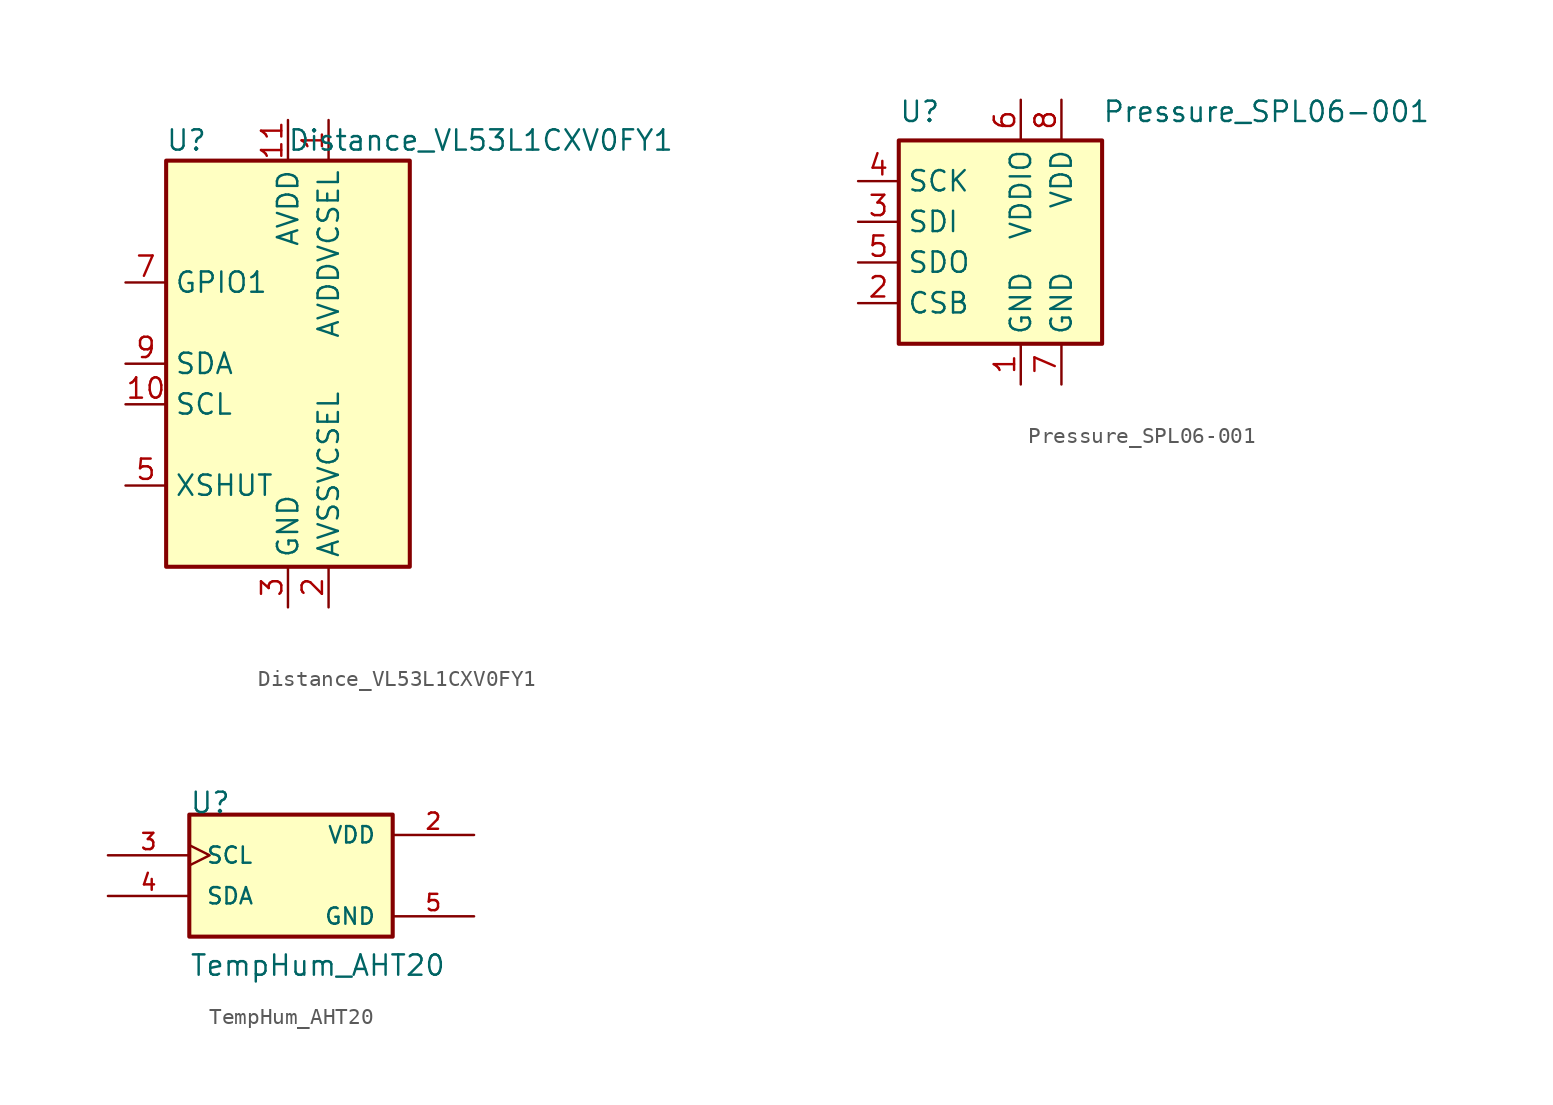
<source format=kicad_sym>
(kicad_symbol_lib
  (version 20211014)
  (generator kicad_symbol_editor)
  (symbol "Distance_VL53L1CXV0FY1"
    (property "Reference" "U"
      (at -6.35 13.97 0)
      (effects (font (size 1.27 1.27))))
    (property "Value" "Distance_VL53L1CXV0FY1"
      (at 12.065 13.97 0)
      (effects (font (size 1.27 1.27))))
    (symbol "Distance_VL53L1CXV0FY1_0_1"
      (rectangle (start -7.62 12.7) (end 7.62 -12.7) (stroke (width 0.254) (type default) (color 0 0 0 0)) (fill (type background))))
    (symbol "Distance_VL53L1CXV0FY1_1_1"
      (pin power_in line (at 2.54 15.24 270) (length 2.54) (name "AVDDVCSEL" (effects (font (size 1.27 1.27)))) (number "1" (effects (font (size 1.27 1.27)))))
      (pin input line (at -10.16 -2.54 0) (length 2.54) (name "SCL" (effects (font (size 1.27 1.27)))) (number "10" (effects (font (size 1.27 1.27)))))
      (pin power_in line (at 0 15.24 270) (length 2.54) (name "AVDD" (effects (font (size 1.27 1.27)))) (number "11" (effects (font (size 1.27 1.27)))))
      (pin passive line (at 0 -15.24 90) (length 2.54) hide (name "GND" (effects (font (size 1.27 1.27)))) (number "12" (effects (font (size 1.27 1.27)))))
      (pin power_in line (at 2.54 -15.24 90) (length 2.54) (name "AVSSVCSEL" (effects (font (size 1.27 1.27)))) (number "2" (effects (font (size 1.27 1.27)))))
      (pin power_in line (at 0 -15.24 90) (length 2.54) (name "GND" (effects (font (size 1.27 1.27)))) (number "3" (effects (font (size 1.27 1.27)))))
      (pin passive line (at 0 -15.24 90) (length 2.54) hide (name "GND" (effects (font (size 1.27 1.27)))) (number "4" (effects (font (size 1.27 1.27)))))
      (pin input line (at -10.16 -7.62 0) (length 2.54) (name "XSHUT" (effects (font (size 1.27 1.27)))) (number "5" (effects (font (size 1.27 1.27)))))
      (pin passive line (at 0 -15.24 90) (length 2.54) hide (name "GND" (effects (font (size 1.27 1.27)))) (number "6" (effects (font (size 1.27 1.27)))))
      (pin open_collector line (at -10.16 5.08 0) (length 2.54) (name "GPIO1" (effects (font (size 1.27 1.27)))) (number "7" (effects (font (size 1.27 1.27)))))
      (pin no_connect line (at -7.62 7.62 0) (length 2.54) hide (name "DNC" (effects (font (size 1.27 1.27)))) (number "8" (effects (font (size 1.27 1.27)))))
      (pin bidirectional line (at -10.16 0 0) (length 2.54) (name "SDA" (effects (font (size 1.27 1.27)))) (number "9" (effects (font (size 1.27 1.27)))))))
  (symbol "Pressure_SPL06-001"
    (property "Reference" "U"
      (at -7.62 10.16 0)
      (effects (font (size 1.27 1.27)) (justify left top)))
    (property "Value" "Pressure_SPL06-001"
      (at 5.08 10.16 0)
      (effects (font (size 1.27 1.27)) (justify left top)))
    (symbol "Pressure_SPL06-001_0_1"
      (rectangle (start -7.62 -5.08) (end 5.08 7.62) (stroke (width 0.254) (type default) (color 0 0 0 0)) (fill (type background))))
    (symbol "Pressure_SPL06-001_1_1"
      (pin power_in line (at 0 -7.62 90) (length 2.54) (name "GND" (effects (font (size 1.27 1.27)))) (number "1" (effects (font (size 1.27 1.27)))))
      (pin input line (at -10.16 -2.54 0) (length 2.54) (name "CSB" (effects (font (size 1.27 1.27)))) (number "2" (effects (font (size 1.27 1.27)))))
      (pin bidirectional line (at -10.16 2.54 0) (length 2.54) (name "SDI" (effects (font (size 1.27 1.27)))) (number "3" (effects (font (size 1.27 1.27)))))
      (pin input line (at -10.16 5.08 0) (length 2.54) (name "SCK" (effects (font (size 1.27 1.27)))) (number "4" (effects (font (size 1.27 1.27)))))
      (pin bidirectional line (at -10.16 0 0) (length 2.54) (name "SDO" (effects (font (size 1.27 1.27)))) (number "5" (effects (font (size 1.27 1.27)))))
      (pin power_in line (at 0 10.16 270) (length 2.54) (name "VDDIO" (effects (font (size 1.27 1.27)))) (number "6" (effects (font (size 1.27 1.27)))))
      (pin power_in line (at 2.54 -7.62 90) (length 2.54) (name "GND" (effects (font (size 1.27 1.27)))) (number "7" (effects (font (size 1.27 1.27)))))
      (pin power_in line (at 2.54 10.16 270) (length 2.54) (name "VDD" (effects (font (size 1.27 1.27)))) (number "8" (effects (font (size 1.27 1.27)))))))
  (symbol "TempHum_AHT20"
    (pin_names
      (offset 1.016))
    (property "Reference" "U"
      (at -6.35 3.81 0)
      (effects (font (size 1.27 1.27)) (justify left bottom)))
    (property "Value" "TempHum_AHT20"
      (at -6.35 -6.35 0)
      (effects (font (size 1.27 1.27)) (justify left bottom)))
    (symbol "TempHum_AHT20_0_0"
      (rectangle (start -6.35 3.81) (end 6.35 -3.81) (stroke (width 0.254) (type default) (color 0 0 0 0)) (fill (type background)))
      (pin no_connect line (at 11.43 -0.635 180) (length 5.08) hide (name "NC" (effects (font (size 1.016 1.016)))) (number "1" (effects (font (size 1.016 1.016)))))
      (pin power_in line (at 11.43 2.54 180) (length 5.08) (name "VDD" (effects (font (size 1.016 1.016)))) (number "2" (effects (font (size 1.016 1.016)))))
      (pin input clock (at -11.43 1.27 0) (length 5.08) (name "SCL" (effects (font (size 1.016 1.016)))) (number "3" (effects (font (size 1.016 1.016)))))
      (pin bidirectional line (at -11.43 -1.27 0) (length 5.08) (name "SDA" (effects (font (size 1.016 1.016)))) (number "4" (effects (font (size 1.016 1.016)))))
      (pin power_in line (at 11.43 -2.54 180) (length 5.08) (name "GND" (effects (font (size 1.016 1.016)))) (number "5" (effects (font (size 1.016 1.016)))))
      (pin no_connect line (at 11.43 0.635 180) (length 5.08) hide (name "NC" (effects (font (size 1.016 1.016)))) (number "6" (effects (font (size 1.016 1.016))))))))
</source>
